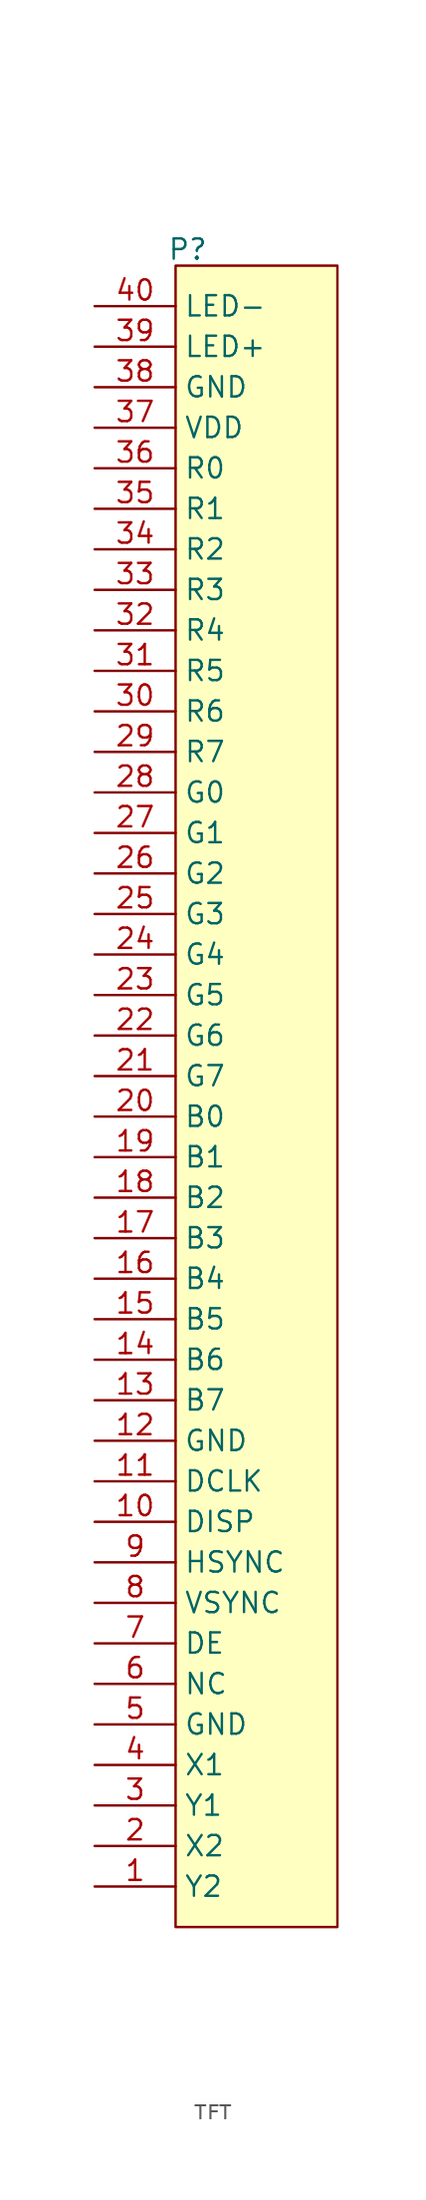
<source format=kicad_sym>
(kicad_symbol_lib
  (version 20241209)
  (generator "kicad_symbol_editor")
  (generator_version "9.0")
  (symbol "TFT"
    (property "Reference" "P"
      (at 0.762 1.016 0)
      (effects (font (size 1.27 1.27))))
    (property "Value" ""
      (at 0 0 0)
      (effects (font (size 1.27 1.27))))
    (symbol "TFT_1_1"
      (rectangle (start 0 0) (end 10.16 -104.14) (stroke (width 0) (type solid)) (fill (type background)))
      (pin power_in line (at -5.08 -2.54 0) (length 5.08) (name "LED-" (effects (font (size 1.27 1.27)))) (number "40" (effects (font (size 1.27 1.27)))))
      (pin power_in line (at -5.08 -5.08 0) (length 5.08) (name "LED+" (effects (font (size 1.27 1.27)))) (number "39" (effects (font (size 1.27 1.27)))))
      (pin power_in line (at -5.08 -7.62 0) (length 5.08) (name "GND" (effects (font (size 1.27 1.27)))) (number "38" (effects (font (size 1.27 1.27)))))
      (pin power_in line (at -5.08 -10.16 0) (length 5.08) (name "VDD" (effects (font (size 1.27 1.27)))) (number "37" (effects (font (size 1.27 1.27)))))
      (pin input line (at -5.08 -12.7 0) (length 5.08) (name "R0" (effects (font (size 1.27 1.27)))) (number "36" (effects (font (size 1.27 1.27)))))
      (pin input line (at -5.08 -15.24 0) (length 5.08) (name "R1" (effects (font (size 1.27 1.27)))) (number "35" (effects (font (size 1.27 1.27)))))
      (pin input line (at -5.08 -17.78 0) (length 5.08) (name "R2" (effects (font (size 1.27 1.27)))) (number "34" (effects (font (size 1.27 1.27)))))
      (pin input line (at -5.08 -20.32 0) (length 5.08) (name "R3" (effects (font (size 1.27 1.27)))) (number "33" (effects (font (size 1.27 1.27)))))
      (pin input line (at -5.08 -22.86 0) (length 5.08) (name "R4" (effects (font (size 1.27 1.27)))) (number "32" (effects (font (size 1.27 1.27)))))
      (pin input line (at -5.08 -25.4 0) (length 5.08) (name "R5" (effects (font (size 1.27 1.27)))) (number "31" (effects (font (size 1.27 1.27)))))
      (pin input line (at -5.08 -27.94 0) (length 5.08) (name "R6" (effects (font (size 1.27 1.27)))) (number "30" (effects (font (size 1.27 1.27)))))
      (pin input line (at -5.08 -30.48 0) (length 5.08) (name "R7" (effects (font (size 1.27 1.27)))) (number "29" (effects (font (size 1.27 1.27)))))
      (pin input line (at -5.08 -33.02 0) (length 5.08) (name "G0" (effects (font (size 1.27 1.27)))) (number "28" (effects (font (size 1.27 1.27)))))
      (pin input line (at -5.08 -35.56 0) (length 5.08) (name "G1" (effects (font (size 1.27 1.27)))) (number "27" (effects (font (size 1.27 1.27)))))
      (pin input line (at -5.08 -38.1 0) (length 5.08) (name "G2" (effects (font (size 1.27 1.27)))) (number "26" (effects (font (size 1.27 1.27)))))
      (pin input line (at -5.08 -40.64 0) (length 5.08) (name "G3" (effects (font (size 1.27 1.27)))) (number "25" (effects (font (size 1.27 1.27)))))
      (pin input line (at -5.08 -43.18 0) (length 5.08) (name "G4" (effects (font (size 1.27 1.27)))) (number "24" (effects (font (size 1.27 1.27)))))
      (pin input line (at -5.08 -45.72 0) (length 5.08) (name "G5" (effects (font (size 1.27 1.27)))) (number "23" (effects (font (size 1.27 1.27)))))
      (pin input line (at -5.08 -48.26 0) (length 5.08) (name "G6" (effects (font (size 1.27 1.27)))) (number "22" (effects (font (size 1.27 1.27)))))
      (pin input line (at -5.08 -50.8 0) (length 5.08) (name "G7" (effects (font (size 1.27 1.27)))) (number "21" (effects (font (size 1.27 1.27)))))
      (pin input line (at -5.08 -53.34 0) (length 5.08) (name "B0" (effects (font (size 1.27 1.27)))) (number "20" (effects (font (size 1.27 1.27)))))
      (pin input line (at -5.08 -55.88 0) (length 5.08) (name "B1" (effects (font (size 1.27 1.27)))) (number "19" (effects (font (size 1.27 1.27)))))
      (pin input line (at -5.08 -58.42 0) (length 5.08) (name "B2" (effects (font (size 1.27 1.27)))) (number "18" (effects (font (size 1.27 1.27)))))
      (pin input line (at -5.08 -60.96 0) (length 5.08) (name "B3" (effects (font (size 1.27 1.27)))) (number "17" (effects (font (size 1.27 1.27)))))
      (pin input line (at -5.08 -63.5 0) (length 5.08) (name "B4" (effects (font (size 1.27 1.27)))) (number "16" (effects (font (size 1.27 1.27)))))
      (pin input line (at -5.08 -66.04 0) (length 5.08) (name "B5" (effects (font (size 1.27 1.27)))) (number "15" (effects (font (size 1.27 1.27)))))
      (pin input line (at -5.08 -68.58 0) (length 5.08) (name "B6" (effects (font (size 1.27 1.27)))) (number "14" (effects (font (size 1.27 1.27)))))
      (pin input line (at -5.08 -71.12 0) (length 5.08) (name "B7" (effects (font (size 1.27 1.27)))) (number "13" (effects (font (size 1.27 1.27)))))
      (pin power_in line (at -5.08 -73.66 0) (length 5.08) (name "GND" (effects (font (size 1.27 1.27)))) (number "12" (effects (font (size 1.27 1.27)))))
      (pin input line (at -5.08 -76.2 0) (length 5.08) (name "DCLK" (effects (font (size 1.27 1.27)))) (number "11" (effects (font (size 1.27 1.27)))))
      (pin input line (at -5.08 -78.74 0) (length 5.08) (name "DISP" (effects (font (size 1.27 1.27)))) (number "10" (effects (font (size 1.27 1.27)))))
      (pin input line (at -5.08 -81.28 0) (length 5.08) (name "HSYNC" (effects (font (size 1.27 1.27)))) (number "9" (effects (font (size 1.27 1.27)))))
      (pin input line (at -5.08 -83.82 0) (length 5.08) (name "VSYNC" (effects (font (size 1.27 1.27)))) (number "8" (effects (font (size 1.27 1.27)))))
      (pin input line (at -5.08 -86.36 0) (length 5.08) (name "DE" (effects (font (size 1.27 1.27)))) (number "7" (effects (font (size 1.27 1.27)))))
      (pin free line (at -5.08 -88.9 0) (length 5.08) (name "NC" (effects (font (size 1.27 1.27)))) (number "6" (effects (font (size 1.27 1.27)))))
      (pin power_in line (at -5.08 -91.44 0) (length 5.08) (name "GND" (effects (font (size 1.27 1.27)))) (number "5" (effects (font (size 1.27 1.27)))))
      (pin bidirectional line (at -5.08 -93.98 0) (length 5.08) (name "X1" (effects (font (size 1.27 1.27)))) (number "4" (effects (font (size 1.27 1.27)))))
      (pin bidirectional line (at -5.08 -96.52 0) (length 5.08) (name "Y1" (effects (font (size 1.27 1.27)))) (number "3" (effects (font (size 1.27 1.27)))))
      (pin bidirectional line (at -5.08 -99.06 0) (length 5.08) (name "X2" (effects (font (size 1.27 1.27)))) (number "2" (effects (font (size 1.27 1.27)))))
      (pin bidirectional line (at -5.08 -101.6 0) (length 5.08) (name "Y2" (effects (font (size 1.27 1.27)))) (number "1" (effects (font (size 1.27 1.27))))))))
</source>
